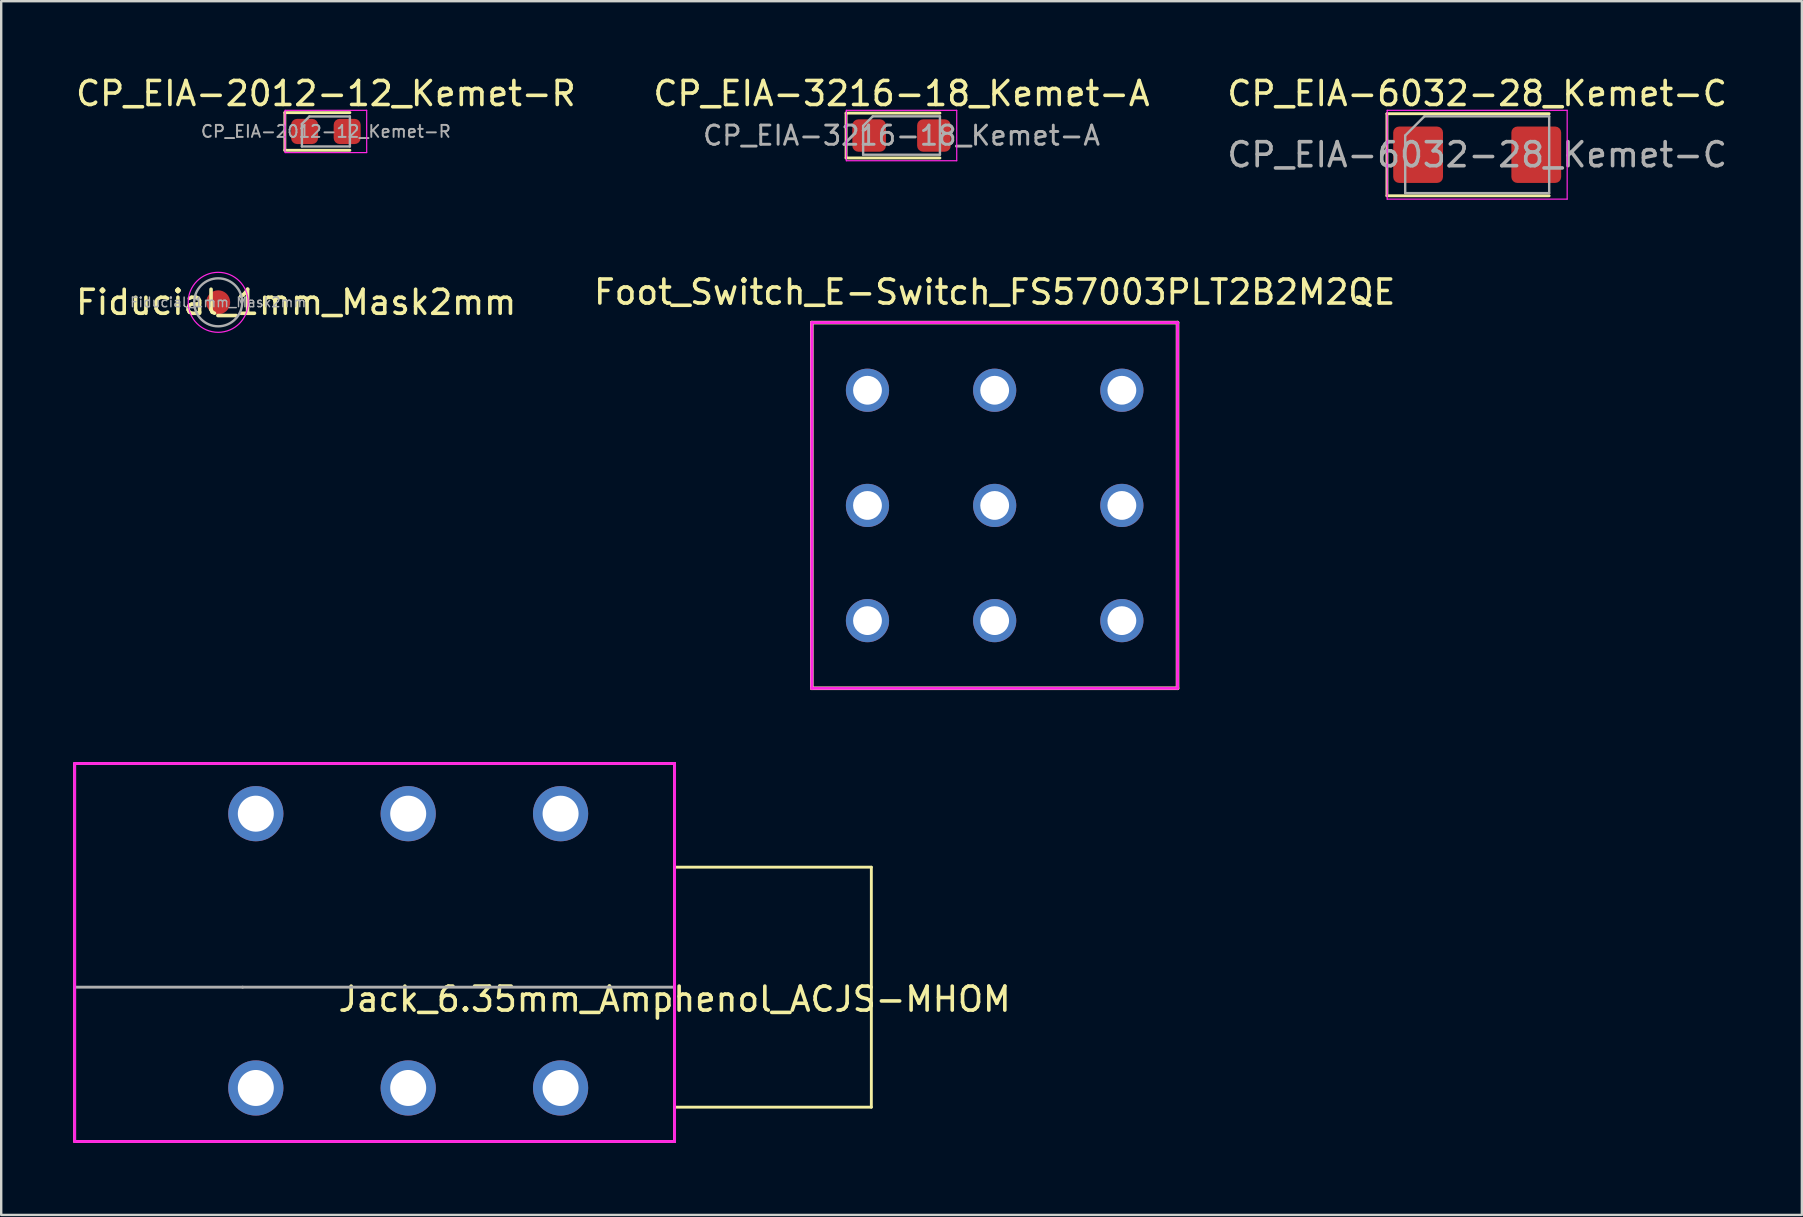
<source format=kicad_pcb>
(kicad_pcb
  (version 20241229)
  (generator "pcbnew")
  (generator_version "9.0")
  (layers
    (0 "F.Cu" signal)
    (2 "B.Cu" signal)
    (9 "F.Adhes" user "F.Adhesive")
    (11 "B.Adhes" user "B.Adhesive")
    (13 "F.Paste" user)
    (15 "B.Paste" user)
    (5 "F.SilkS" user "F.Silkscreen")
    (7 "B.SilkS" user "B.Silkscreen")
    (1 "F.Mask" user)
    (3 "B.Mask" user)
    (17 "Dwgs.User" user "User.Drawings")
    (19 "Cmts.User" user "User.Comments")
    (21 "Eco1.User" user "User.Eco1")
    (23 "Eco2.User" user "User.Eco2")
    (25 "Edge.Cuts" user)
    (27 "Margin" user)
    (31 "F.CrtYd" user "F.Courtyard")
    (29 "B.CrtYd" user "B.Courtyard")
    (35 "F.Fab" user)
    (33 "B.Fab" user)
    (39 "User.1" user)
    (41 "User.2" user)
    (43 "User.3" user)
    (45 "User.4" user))
  (footprint "Foot_Switch_E-Switch_FS57003PLT2B2M2QE"
    (layer "F.Cu")
    (at 38.399 18.012)
    (property "Reference" "Foot_Switch_E-Switch_FS57003PLT2B2M2QE" (at 0 -8.89 0) (layer "F.SilkS") (effects (font (size 1 1) (thickness 0.15))))
    (attr through_hole)
    (fp_line (start -7.62 -7.62) (end 7.62 -7.62) (stroke (width 0.15) (type solid)) (layer "F.SilkS"))
    (fp_line (start -7.62 7.62) (end -7.62 -7.62) (stroke (width 0.15) (type solid)) (layer "F.SilkS"))
    (fp_line (start 7.62 -7.62) (end 7.62 7.62) (stroke (width 0.15) (type solid)) (layer "F.SilkS"))
    (fp_line (start 7.62 7.62) (end -7.62 7.62) (stroke (width 0.15) (type solid)) (layer "F.SilkS"))
    (fp_line (start -7.62 -7.62) (end 7.62 -7.62) (stroke (width 0.12) (type solid)) (layer "F.CrtYd"))
    (fp_line (start -7.62 7.62) (end -7.62 -7.62) (stroke (width 0.12) (type solid)) (layer "F.CrtYd"))
    (fp_line (start 7.62 -7.62) (end 7.62 7.62) (stroke (width 0.12) (type solid)) (layer "F.CrtYd"))
    (fp_line (start 7.62 7.62) (end -7.62 7.62) (stroke (width 0.12) (type solid)) (layer "F.CrtYd"))
    (pad "1" thru_hole circle (at -5.3 4.8) (size 1.8 1.8) (drill 1.2) (layers "*.Cu" "*.Mask"))
    (pad "2" thru_hole circle (at -5.3 0) (size 1.8 1.8) (drill 1.2) (layers "*.Cu" "*.Mask"))
    (pad "3" thru_hole circle (at -5.3 -4.8) (size 1.8 1.8) (drill 1.2) (layers "*.Cu" "*.Mask"))
    (pad "4" thru_hole circle (at 0 4.8) (size 1.8 1.8) (drill 1.2) (layers "*.Cu" "*.Mask"))
    (pad "5" thru_hole circle (at 0 0) (size 1.8 1.8) (drill 1.2) (layers "*.Cu" "*.Mask"))
    (pad "6" thru_hole circle (at 0 -4.8) (size 1.8 1.8) (drill 1.2) (layers "*.Cu" "*.Mask"))
    (pad "7" thru_hole circle (at 5.3 4.8) (size 1.8 1.8) (drill 1.2) (layers "*.Cu" "*.Mask"))
    (pad "8" thru_hole circle (at 5.3 0) (size 1.8 1.8) (drill 1.2) (layers "*.Cu" "*.Mask"))
    (pad "9" thru_hole circle (at 5.3 -4.8) (size 1.8 1.8) (drill 1.2) (layers "*.Cu" "*.Mask")))
  (footprint "Jack_6.35mm_Amphenol_ACJS-MHOM"
    (layer "F.Cu")
    (at 25.06 38.087)
    (property "Reference" "Jack_6.35mm_Amphenol_ACJS-MHOM" (at 0 0.5 0) (layer "F.SilkS") (effects (font (size 1 1) (thickness 0.15))))
    (attr through_hole)
    (fp_line (start -25 -9.32) (end 0 -9.32) (stroke (width 0.12) (type solid)) (layer "F.SilkS"))
    (fp_line (start -25 6.43) (end -25 -9.32) (stroke (width 0.12) (type solid)) (layer "F.SilkS"))
    (fp_line (start 0 -9.32) (end 0 6.43) (stroke (width 0.12) (type solid)) (layer "F.SilkS"))
    (fp_line (start 0 5) (end 8.2 5) (stroke (width 0.12) (type solid)) (layer "F.SilkS"))
    (fp_line (start 0 6.43) (end -25 6.43) (stroke (width 0.12) (type solid)) (layer "F.SilkS"))
    (fp_line (start 8.2 -5) (end 0 -5) (stroke (width 0.12) (type solid)) (layer "F.SilkS"))
    (fp_line (start 8.2 5) (end 8.2 -5) (stroke (width 0.12) (type solid)) (layer "F.SilkS"))
    (fp_line (start -25 -9.32) (end 0 -9.32) (stroke (width 0.12) (type solid)) (layer "F.CrtYd"))
    (fp_line (start -25 6.43) (end -25 -9.32) (stroke (width 0.12) (type solid)) (layer "F.CrtYd"))
    (fp_line (start 0 -9.32) (end 0 6.43) (stroke (width 0.12) (type solid)) (layer "F.CrtYd"))
    (fp_line (start 0 6.43) (end -25 6.43) (stroke (width 0.12) (type solid)) (layer "F.CrtYd"))
    (fp_line (start -18 0) (end -25 0) (stroke (width 0.12) (type solid)) (layer "F.Fab"))
    (fp_line (start 0 0) (end -18 0) (stroke (width 0.12) (type solid)) (layer "F.Fab"))
    (pad "R" thru_hole circle (at -11.1 -7.23) (size 2.3 2.3) (drill 1.5) (layers "*.Cu" "*.Mask"))
    (pad "RN" thru_hole circle (at -11.1 4.2) (size 2.3 2.3) (drill 1.5) (layers "*.Cu" "*.Mask"))
    (pad "S" thru_hole circle (at -4.75 -7.23) (size 2.3 2.3) (drill 1.5) (layers "*.Cu" "*.Mask"))
    (pad "SN" thru_hole circle (at -4.75 4.2) (size 2.3 2.3) (drill 1.5) (layers "*.Cu" "*.Mask"))
    (pad "T" thru_hole circle (at -17.45 -7.23) (size 2.3 2.3) (drill 1.5) (layers "*.Cu" "*.Mask"))
    (pad "TN" thru_hole circle (at -17.45 4.2) (size 2.3 2.3) (drill 1.5) (layers "*.Cu" "*.Mask")))
  (footprint "CP_EIA-2012-12_Kemet-R"
    (layer "F.Cu")
    (at 10.53 2.428)
    (property "Reference" "CP_EIA-2012-12_Kemet-R" (at 0 -1.58 180) (layer "F.SilkS") (effects (font (size 1 1) (thickness 0.15))))
    (attr smd)
    (fp_line (start -1.71 -0.785) (end -1.71 0.785) (stroke (width 0.12) (type solid)) (layer "F.SilkS"))
    (fp_line (start -1.71 0.785) (end 1 0.785) (stroke (width 0.12) (type solid)) (layer "F.SilkS"))
    (fp_line (start 1 -0.785) (end -1.71 -0.785) (stroke (width 0.12) (type solid)) (layer "F.SilkS"))
    (fp_line (start -1.7 -0.88) (end 1.7 -0.88) (stroke (width 0.05) (type solid)) (layer "F.CrtYd"))
    (fp_line (start -1.7 0.88) (end -1.7 -0.88) (stroke (width 0.05) (type solid)) (layer "F.CrtYd"))
    (fp_line (start 1.7 -0.88) (end 1.7 0.88) (stroke (width 0.05) (type solid)) (layer "F.CrtYd"))
    (fp_line (start 1.7 0.88) (end -1.7 0.88) (stroke (width 0.05) (type solid)) (layer "F.CrtYd"))
    (fp_line (start -1 -0.312) (end -1 0.625) (stroke (width 0.1) (type solid)) (layer "F.Fab"))
    (fp_line (start -1 0.625) (end 1 0.625) (stroke (width 0.1) (type solid)) (layer "F.Fab"))
    (fp_line (start -0.688 -0.625) (end -1 -0.312) (stroke (width 0.1) (type solid)) (layer "F.Fab"))
    (fp_line (start 1 -0.625) (end -0.688 -0.625) (stroke (width 0.1) (type solid)) (layer "F.Fab"))
    (fp_line (start 1 0.625) (end 1 -0.625) (stroke (width 0.1) (type solid)) (layer "F.Fab"))
    (fp_text user "${REFERENCE}" (at 0 0 180) (layer "F.Fab") (effects (font (size 0.5 0.5) (thickness 0.08))))
    (pad "1" smd roundrect (at -0.887 0) (size 1.125 1.05) (layers "F.Cu" "F.Mask" "F.Paste") (roundrect_rratio 0.238))
    (pad "2" smd roundrect (at 0.887 0) (size 1.125 1.05) (layers "F.Cu" "F.Mask" "F.Paste") (roundrect_rratio 0.238)))
  (footprint "CP_EIA-6032-28_Kemet-C"
    (layer "F.Cu")
    (at 58.506 3.398)
    (property "Reference" "CP_EIA-6032-28_Kemet-C" (at 0 -2.55 180) (layer "F.SilkS") (effects (font (size 1 1) (thickness 0.15))))
    (attr smd)
    (fp_line (start -3.76 -1.71) (end -3.76 1.71) (stroke (width 0.12) (type solid)) (layer "F.SilkS"))
    (fp_line (start -3.76 1.71) (end 3 1.71) (stroke (width 0.12) (type solid)) (layer "F.SilkS"))
    (fp_line (start 3 -1.71) (end -3.76 -1.71) (stroke (width 0.12) (type solid)) (layer "F.SilkS"))
    (fp_line (start -3.75 -1.85) (end 3.75 -1.85) (stroke (width 0.05) (type solid)) (layer "F.CrtYd"))
    (fp_line (start -3.75 1.85) (end -3.75 -1.85) (stroke (width 0.05) (type solid)) (layer "F.CrtYd"))
    (fp_line (start 3.75 -1.85) (end 3.75 1.85) (stroke (width 0.05) (type solid)) (layer "F.CrtYd"))
    (fp_line (start 3.75 1.85) (end -3.75 1.85) (stroke (width 0.05) (type solid)) (layer "F.CrtYd"))
    (fp_line (start -3 -0.8) (end -3 1.6) (stroke (width 0.1) (type solid)) (layer "F.Fab"))
    (fp_line (start -3 1.6) (end 3 1.6) (stroke (width 0.1) (type solid)) (layer "F.Fab"))
    (fp_line (start -2.2 -1.6) (end -3 -0.8) (stroke (width 0.1) (type solid)) (layer "F.Fab"))
    (fp_line (start 3 -1.6) (end -2.2 -1.6) (stroke (width 0.1) (type solid)) (layer "F.Fab"))
    (fp_line (start 3 1.6) (end 3 -1.6) (stroke (width 0.1) (type solid)) (layer "F.Fab"))
    (fp_text user "${REFERENCE}" (at 0 0 180) (layer "F.Fab") (effects (font (size 1 1) (thickness 0.15))))
    (pad "1" smd roundrect (at -2.462 0) (size 2.075 2.35) (layers "F.Cu" "F.Mask" "F.Paste") (roundrect_rratio 0.12))
    (pad "2" smd roundrect (at 2.462 0) (size 2.075 2.35) (layers "F.Cu" "F.Mask" "F.Paste") (roundrect_rratio 0.12)))
  (footprint "Fiducial_1mm_Mask2mm"
    (layer "F.Cu")
    (at 6.042 9.548)
    (property "Reference" "Fiducial_1mm_Mask2mm" (at 3.25 0 0) (layer "F.SilkS") (effects (font (size 1 1) (thickness 0.15))))
    (attr smd)
    (fp_circle (center 0 0) (end 1.25 0) (stroke (width 0.05) (type solid)) (fill no) (layer "F.CrtYd"))
    (fp_circle (center 0 0) (end 1 0) (stroke (width 0.1) (type solid)) (fill no) (layer "F.Fab"))
    (fp_text user "${REFERENCE}" (at 0 0 0) (layer "F.Fab") (effects (font (size 0.4 0.4) (thickness 0.06))))
    (pad "" smd circle (at 0 0) (size 1 1) (layers "F.Cu" "F.Mask")))
  (footprint "CP_EIA-3216-18_Kemet-A"
    (layer "F.Cu")
    (at 34.518 2.598)
    (property "Reference" "CP_EIA-3216-18_Kemet-A" (at 0 -1.75 0) (layer "F.SilkS") (effects (font (size 1 1) (thickness 0.15))))
    (attr smd)
    (fp_line (start -2.31 -0.935) (end -2.31 0.935) (stroke (width 0.12) (type solid)) (layer "F.SilkS"))
    (fp_line (start -2.31 0.935) (end 1.6 0.935) (stroke (width 0.12) (type solid)) (layer "F.SilkS"))
    (fp_line (start 1.6 -0.935) (end -2.31 -0.935) (stroke (width 0.12) (type solid)) (layer "F.SilkS"))
    (fp_line (start -2.3 -1.05) (end 2.3 -1.05) (stroke (width 0.05) (type solid)) (layer "F.CrtYd"))
    (fp_line (start -2.3 1.05) (end -2.3 -1.05) (stroke (width 0.05) (type solid)) (layer "F.CrtYd"))
    (fp_line (start 2.3 -1.05) (end 2.3 1.05) (stroke (width 0.05) (type solid)) (layer "F.CrtYd"))
    (fp_line (start 2.3 1.05) (end -2.3 1.05) (stroke (width 0.05) (type solid)) (layer "F.CrtYd"))
    (fp_line (start -1.6 -0.4) (end -1.6 0.8) (stroke (width 0.1) (type solid)) (layer "F.Fab"))
    (fp_line (start -1.6 0.8) (end 1.6 0.8) (stroke (width 0.1) (type solid)) (layer "F.Fab"))
    (fp_line (start -1.2 -0.8) (end -1.6 -0.4) (stroke (width 0.1) (type solid)) (layer "F.Fab"))
    (fp_line (start 1.6 -0.8) (end -1.2 -0.8) (stroke (width 0.1) (type solid)) (layer "F.Fab"))
    (fp_line (start 1.6 0.8) (end 1.6 -0.8) (stroke (width 0.1) (type solid)) (layer "F.Fab"))
    (fp_text user "${REFERENCE}" (at 0 0 0) (layer "F.Fab") (effects (font (size 0.8 0.8) (thickness 0.12))))
    (pad "1" smd roundrect (at -1.35 0) (size 1.4 1.35) (layers "F.Cu" "F.Mask" "F.Paste") (roundrect_rratio 0.185))
    (pad "2" smd roundrect (at 1.35 0) (size 1.4 1.35) (layers "F.Cu" "F.Mask" "F.Paste") (roundrect_rratio 0.185)))
  (gr_rect
    (start -3 -3)
    (end 72.036 47.577)
    (stroke (width 0.1) (type default))
    (fill no)
    (layer "Edge.Cuts")))
</source>
